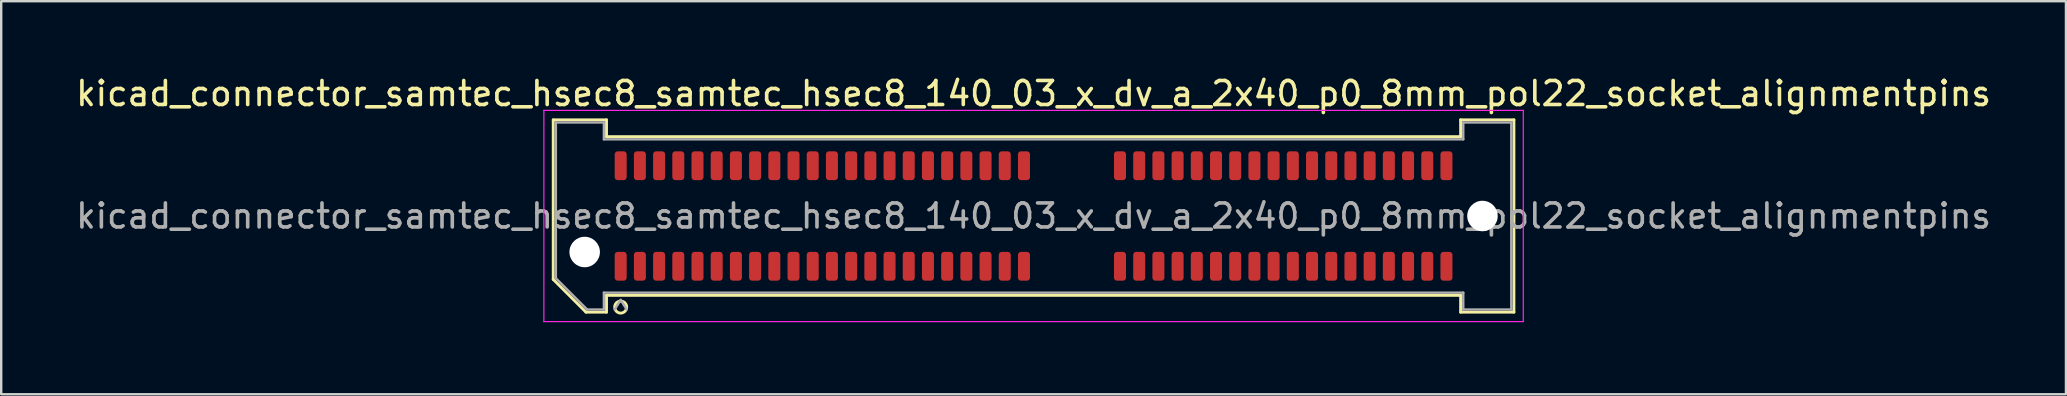
<source format=kicad_pcb>
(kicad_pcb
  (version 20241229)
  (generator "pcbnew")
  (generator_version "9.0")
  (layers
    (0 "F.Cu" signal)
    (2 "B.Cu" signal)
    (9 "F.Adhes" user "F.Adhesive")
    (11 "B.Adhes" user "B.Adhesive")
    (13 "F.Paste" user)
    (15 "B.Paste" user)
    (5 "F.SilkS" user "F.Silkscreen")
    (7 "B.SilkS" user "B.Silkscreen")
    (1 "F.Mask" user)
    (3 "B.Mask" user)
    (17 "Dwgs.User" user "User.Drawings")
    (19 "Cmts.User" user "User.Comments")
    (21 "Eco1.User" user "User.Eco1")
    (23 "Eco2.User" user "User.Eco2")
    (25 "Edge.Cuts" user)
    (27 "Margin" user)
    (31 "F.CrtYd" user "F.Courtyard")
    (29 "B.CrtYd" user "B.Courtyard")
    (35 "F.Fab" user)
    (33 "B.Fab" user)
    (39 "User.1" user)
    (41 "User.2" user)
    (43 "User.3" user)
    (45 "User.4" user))
  (footprint "kicad_connector_samtec_hsec8_samtec_hsec8_140_03_x_dv_a_2x40_p0_8mm_pol22_socket_alignmentpins"
    (layer "F.Cu")
    (at 40.006 5.948)
    (property "Reference" "kicad_connector_samtec_hsec8_samtec_hsec8_140_03_x_dv_a_2x40_p0_8mm_pol22_socket_alignmentpins" (at 0 -5.1 0) (layer "F.SilkS") (effects (font (size 1 1) (thickness 0.15))))
    (attr smd)
    (fp_line (start -20.01 -4.005) (end -17.79 -4.005) (stroke (width 0.12) (type solid)) (layer "F.SilkS"))
    (fp_line (start -20.01 2.641) (end -20.01 -4.005) (stroke (width 0.12) (type solid)) (layer "F.SilkS"))
    (fp_line (start -18.646 4.005) (end -20.01 2.641) (stroke (width 0.12) (type solid)) (layer "F.SilkS"))
    (fp_line (start -17.79 -4.005) (end -17.79 -3.305) (stroke (width 0.12) (type solid)) (layer "F.SilkS"))
    (fp_line (start -17.79 -3.305) (end 17.79 -3.305) (stroke (width 0.12) (type solid)) (layer "F.SilkS"))
    (fp_line (start -17.79 3.305) (end -17.79 4.005) (stroke (width 0.12) (type solid)) (layer "F.SilkS"))
    (fp_line (start -17.79 4.005) (end -18.646 4.005) (stroke (width 0.12) (type solid)) (layer "F.SilkS"))
    (fp_line (start 17.79 -4.005) (end 20.01 -4.005) (stroke (width 0.12) (type solid)) (layer "F.SilkS"))
    (fp_line (start 17.79 -3.305) (end 17.79 -4.005) (stroke (width 0.12) (type solid)) (layer "F.SilkS"))
    (fp_line (start 17.79 3.305) (end -17.79 3.305) (stroke (width 0.12) (type solid)) (layer "F.SilkS"))
    (fp_line (start 17.79 4.005) (end 17.79 3.305) (stroke (width 0.12) (type solid)) (layer "F.SilkS"))
    (fp_line (start 20.01 -4.005) (end 20.01 4.005) (stroke (width 0.12) (type solid)) (layer "F.SilkS"))
    (fp_line (start 20.01 4.005) (end 17.79 4.005) (stroke (width 0.12) (type solid)) (layer "F.SilkS"))
    (fp_arc (start -16.95 3.795) (mid -17.45 3.795) (end -16.95 3.795) (stroke (width 0.12) (type solid)) (layer "F.SilkS"))
    (fp_line (start -20.4 -4.4) (end -20.4 4.4) (stroke (width 0.05) (type solid)) (layer "F.CrtYd"))
    (fp_line (start -20.4 4.4) (end 20.4 4.4) (stroke (width 0.05) (type solid)) (layer "F.CrtYd"))
    (fp_line (start 20.4 -4.4) (end -20.4 -4.4) (stroke (width 0.05) (type solid)) (layer "F.CrtYd"))
    (fp_line (start 20.4 4.4) (end 20.4 -4.4) (stroke (width 0.05) (type solid)) (layer "F.CrtYd"))
    (fp_line (start -19.9 -3.895) (end -17.9 -3.895) (stroke (width 0.1) (type solid)) (layer "F.Fab"))
    (fp_line (start -19.9 2.595) (end -19.9 -3.895) (stroke (width 0.1) (type solid)) (layer "F.Fab"))
    (fp_line (start -18.6 3.895) (end -19.9 2.595) (stroke (width 0.1) (type solid)) (layer "F.Fab"))
    (fp_line (start -17.9 -3.895) (end -17.9 -3.195) (stroke (width 0.1) (type solid)) (layer "F.Fab"))
    (fp_line (start -17.9 -3.195) (end 17.9 -3.195) (stroke (width 0.1) (type solid)) (layer "F.Fab"))
    (fp_line (start -17.9 3.195) (end -17.9 3.895) (stroke (width 0.1) (type solid)) (layer "F.Fab"))
    (fp_line (start -17.9 3.895) (end -18.6 3.895) (stroke (width 0.1) (type solid)) (layer "F.Fab"))
    (fp_line (start -17.2 3.495) (end -17.45 3.895) (stroke (width 0.1) (type solid)) (layer "F.Fab"))
    (fp_line (start -17.2 3.495) (end -16.95 3.895) (stroke (width 0.1) (type solid)) (layer "F.Fab"))
    (fp_line (start 17.9 -3.895) (end 19.9 -3.895) (stroke (width 0.1) (type solid)) (layer "F.Fab"))
    (fp_line (start 17.9 -3.195) (end 17.9 -3.895) (stroke (width 0.1) (type solid)) (layer "F.Fab"))
    (fp_line (start 17.9 3.195) (end -17.9 3.195) (stroke (width 0.1) (type solid)) (layer "F.Fab"))
    (fp_line (start 17.9 3.895) (end 17.9 3.195) (stroke (width 0.1) (type solid)) (layer "F.Fab"))
    (fp_line (start 19.9 -3.895) (end 19.9 3.895) (stroke (width 0.1) (type solid)) (layer "F.Fab"))
    (fp_line (start 19.9 3.895) (end 17.9 3.895) (stroke (width 0.1) (type solid)) (layer "F.Fab"))
    (fp_text user "${REFERENCE}" (at 0 0 0) (layer "F.Fab") (effects (font (size 1 1) (thickness 0.15))))
    (pad "" np_thru_hole circle (at -18.7 1.5) (size 1.27 1.27) (drill 1.27) (layers "*.Cu" "*.Mask"))
    (pad "" np_thru_hole circle (at 18.7 0) (size 1.27 1.27) (drill 1.27) (layers "*.Cu" "*.Mask"))
    (pad "1" smd roundrect (at -17.2 2.095) (size 0.5 1.2) (layers "F.Cu" "F.Mask" "F.Paste") (roundrect_rratio 0.25))
    (pad "2" smd roundrect (at -17.2 -2.095) (size 0.5 1.2) (layers "F.Cu" "F.Mask" "F.Paste") (roundrect_rratio 0.25))
    (pad "3" smd roundrect (at -16.4 2.095) (size 0.5 1.2) (layers "F.Cu" "F.Mask" "F.Paste") (roundrect_rratio 0.25))
    (pad "4" smd roundrect (at -16.4 -2.095) (size 0.5 1.2) (layers "F.Cu" "F.Mask" "F.Paste") (roundrect_rratio 0.25))
    (pad "5" smd roundrect (at -15.6 2.095) (size 0.5 1.2) (layers "F.Cu" "F.Mask" "F.Paste") (roundrect_rratio 0.25))
    (pad "6" smd roundrect (at -15.6 -2.095) (size 0.5 1.2) (layers "F.Cu" "F.Mask" "F.Paste") (roundrect_rratio 0.25))
    (pad "7" smd roundrect (at -14.8 2.095) (size 0.5 1.2) (layers "F.Cu" "F.Mask" "F.Paste") (roundrect_rratio 0.25))
    (pad "8" smd roundrect (at -14.8 -2.095) (size 0.5 1.2) (layers "F.Cu" "F.Mask" "F.Paste") (roundrect_rratio 0.25))
    (pad "9" smd roundrect (at -14 2.095) (size 0.5 1.2) (layers "F.Cu" "F.Mask" "F.Paste") (roundrect_rratio 0.25))
    (pad "10" smd roundrect (at -14 -2.095) (size 0.5 1.2) (layers "F.Cu" "F.Mask" "F.Paste") (roundrect_rratio 0.25))
    (pad "11" smd roundrect (at -13.2 2.095) (size 0.5 1.2) (layers "F.Cu" "F.Mask" "F.Paste") (roundrect_rratio 0.25))
    (pad "12" smd roundrect (at -13.2 -2.095) (size 0.5 1.2) (layers "F.Cu" "F.Mask" "F.Paste") (roundrect_rratio 0.25))
    (pad "13" smd roundrect (at -12.4 2.095) (size 0.5 1.2) (layers "F.Cu" "F.Mask" "F.Paste") (roundrect_rratio 0.25))
    (pad "14" smd roundrect (at -12.4 -2.095) (size 0.5 1.2) (layers "F.Cu" "F.Mask" "F.Paste") (roundrect_rratio 0.25))
    (pad "15" smd roundrect (at -11.6 2.095) (size 0.5 1.2) (layers "F.Cu" "F.Mask" "F.Paste") (roundrect_rratio 0.25))
    (pad "16" smd roundrect (at -11.6 -2.095) (size 0.5 1.2) (layers "F.Cu" "F.Mask" "F.Paste") (roundrect_rratio 0.25))
    (pad "17" smd roundrect (at -10.8 2.095) (size 0.5 1.2) (layers "F.Cu" "F.Mask" "F.Paste") (roundrect_rratio 0.25))
    (pad "18" smd roundrect (at -10.8 -2.095) (size 0.5 1.2) (layers "F.Cu" "F.Mask" "F.Paste") (roundrect_rratio 0.25))
    (pad "19" smd roundrect (at -10 2.095) (size 0.5 1.2) (layers "F.Cu" "F.Mask" "F.Paste") (roundrect_rratio 0.25))
    (pad "20" smd roundrect (at -10 -2.095) (size 0.5 1.2) (layers "F.Cu" "F.Mask" "F.Paste") (roundrect_rratio 0.25))
    (pad "21" smd roundrect (at -9.2 2.095) (size 0.5 1.2) (layers "F.Cu" "F.Mask" "F.Paste") (roundrect_rratio 0.25))
    (pad "22" smd roundrect (at -9.2 -2.095) (size 0.5 1.2) (layers "F.Cu" "F.Mask" "F.Paste") (roundrect_rratio 0.25))
    (pad "23" smd roundrect (at -8.4 2.095) (size 0.5 1.2) (layers "F.Cu" "F.Mask" "F.Paste") (roundrect_rratio 0.25))
    (pad "24" smd roundrect (at -8.4 -2.095) (size 0.5 1.2) (layers "F.Cu" "F.Mask" "F.Paste") (roundrect_rratio 0.25))
    (pad "25" smd roundrect (at -7.6 2.095) (size 0.5 1.2) (layers "F.Cu" "F.Mask" "F.Paste") (roundrect_rratio 0.25))
    (pad "26" smd roundrect (at -7.6 -2.095) (size 0.5 1.2) (layers "F.Cu" "F.Mask" "F.Paste") (roundrect_rratio 0.25))
    (pad "27" smd roundrect (at -6.8 2.095) (size 0.5 1.2) (layers "F.Cu" "F.Mask" "F.Paste") (roundrect_rratio 0.25))
    (pad "28" smd roundrect (at -6.8 -2.095) (size 0.5 1.2) (layers "F.Cu" "F.Mask" "F.Paste") (roundrect_rratio 0.25))
    (pad "29" smd roundrect (at -6 2.095) (size 0.5 1.2) (layers "F.Cu" "F.Mask" "F.Paste") (roundrect_rratio 0.25))
    (pad "30" smd roundrect (at -6 -2.095) (size 0.5 1.2) (layers "F.Cu" "F.Mask" "F.Paste") (roundrect_rratio 0.25))
    (pad "31" smd roundrect (at -5.2 2.095) (size 0.5 1.2) (layers "F.Cu" "F.Mask" "F.Paste") (roundrect_rratio 0.25))
    (pad "32" smd roundrect (at -5.2 -2.095) (size 0.5 1.2) (layers "F.Cu" "F.Mask" "F.Paste") (roundrect_rratio 0.25))
    (pad "33" smd roundrect (at -4.4 2.095) (size 0.5 1.2) (layers "F.Cu" "F.Mask" "F.Paste") (roundrect_rratio 0.25))
    (pad "34" smd roundrect (at -4.4 -2.095) (size 0.5 1.2) (layers "F.Cu" "F.Mask" "F.Paste") (roundrect_rratio 0.25))
    (pad "35" smd roundrect (at -3.6 2.095) (size 0.5 1.2) (layers "F.Cu" "F.Mask" "F.Paste") (roundrect_rratio 0.25))
    (pad "36" smd roundrect (at -3.6 -2.095) (size 0.5 1.2) (layers "F.Cu" "F.Mask" "F.Paste") (roundrect_rratio 0.25))
    (pad "37" smd roundrect (at -2.8 2.095) (size 0.5 1.2) (layers "F.Cu" "F.Mask" "F.Paste") (roundrect_rratio 0.25))
    (pad "38" smd roundrect (at -2.8 -2.095) (size 0.5 1.2) (layers "F.Cu" "F.Mask" "F.Paste") (roundrect_rratio 0.25))
    (pad "39" smd roundrect (at -2 2.095) (size 0.5 1.2) (layers "F.Cu" "F.Mask" "F.Paste") (roundrect_rratio 0.25))
    (pad "40" smd roundrect (at -2 -2.095) (size 0.5 1.2) (layers "F.Cu" "F.Mask" "F.Paste") (roundrect_rratio 0.25))
    (pad "41" smd roundrect (at -1.2 2.095) (size 0.5 1.2) (layers "F.Cu" "F.Mask" "F.Paste") (roundrect_rratio 0.25))
    (pad "42" smd roundrect (at -1.2 -2.095) (size 0.5 1.2) (layers "F.Cu" "F.Mask" "F.Paste") (roundrect_rratio 0.25))
    (pad "43" smd roundrect (at -0.4 2.095) (size 0.5 1.2) (layers "F.Cu" "F.Mask" "F.Paste") (roundrect_rratio 0.25))
    (pad "44" smd roundrect (at -0.4 -2.095) (size 0.5 1.2) (layers "F.Cu" "F.Mask" "F.Paste") (roundrect_rratio 0.25))
    (pad "45" smd roundrect (at 3.6 2.095) (size 0.5 1.2) (layers "F.Cu" "F.Mask" "F.Paste") (roundrect_rratio 0.25))
    (pad "46" smd roundrect (at 3.6 -2.095) (size 0.5 1.2) (layers "F.Cu" "F.Mask" "F.Paste") (roundrect_rratio 0.25))
    (pad "47" smd roundrect (at 4.4 2.095) (size 0.5 1.2) (layers "F.Cu" "F.Mask" "F.Paste") (roundrect_rratio 0.25))
    (pad "48" smd roundrect (at 4.4 -2.095) (size 0.5 1.2) (layers "F.Cu" "F.Mask" "F.Paste") (roundrect_rratio 0.25))
    (pad "49" smd roundrect (at 5.2 2.095) (size 0.5 1.2) (layers "F.Cu" "F.Mask" "F.Paste") (roundrect_rratio 0.25))
    (pad "50" smd roundrect (at 5.2 -2.095) (size 0.5 1.2) (layers "F.Cu" "F.Mask" "F.Paste") (roundrect_rratio 0.25))
    (pad "51" smd roundrect (at 6 2.095) (size 0.5 1.2) (layers "F.Cu" "F.Mask" "F.Paste") (roundrect_rratio 0.25))
    (pad "52" smd roundrect (at 6 -2.095) (size 0.5 1.2) (layers "F.Cu" "F.Mask" "F.Paste") (roundrect_rratio 0.25))
    (pad "53" smd roundrect (at 6.8 2.095) (size 0.5 1.2) (layers "F.Cu" "F.Mask" "F.Paste") (roundrect_rratio 0.25))
    (pad "54" smd roundrect (at 6.8 -2.095) (size 0.5 1.2) (layers "F.Cu" "F.Mask" "F.Paste") (roundrect_rratio 0.25))
    (pad "55" smd roundrect (at 7.6 2.095) (size 0.5 1.2) (layers "F.Cu" "F.Mask" "F.Paste") (roundrect_rratio 0.25))
    (pad "56" smd roundrect (at 7.6 -2.095) (size 0.5 1.2) (layers "F.Cu" "F.Mask" "F.Paste") (roundrect_rratio 0.25))
    (pad "57" smd roundrect (at 8.4 2.095) (size 0.5 1.2) (layers "F.Cu" "F.Mask" "F.Paste") (roundrect_rratio 0.25))
    (pad "58" smd roundrect (at 8.4 -2.095) (size 0.5 1.2) (layers "F.Cu" "F.Mask" "F.Paste") (roundrect_rratio 0.25))
    (pad "59" smd roundrect (at 9.2 2.095) (size 0.5 1.2) (layers "F.Cu" "F.Mask" "F.Paste") (roundrect_rratio 0.25))
    (pad "60" smd roundrect (at 9.2 -2.095) (size 0.5 1.2) (layers "F.Cu" "F.Mask" "F.Paste") (roundrect_rratio 0.25))
    (pad "61" smd roundrect (at 10 2.095) (size 0.5 1.2) (layers "F.Cu" "F.Mask" "F.Paste") (roundrect_rratio 0.25))
    (pad "62" smd roundrect (at 10 -2.095) (size 0.5 1.2) (layers "F.Cu" "F.Mask" "F.Paste") (roundrect_rratio 0.25))
    (pad "63" smd roundrect (at 10.8 2.095) (size 0.5 1.2) (layers "F.Cu" "F.Mask" "F.Paste") (roundrect_rratio 0.25))
    (pad "64" smd roundrect (at 10.8 -2.095) (size 0.5 1.2) (layers "F.Cu" "F.Mask" "F.Paste") (roundrect_rratio 0.25))
    (pad "65" smd roundrect (at 11.6 2.095) (size 0.5 1.2) (layers "F.Cu" "F.Mask" "F.Paste") (roundrect_rratio 0.25))
    (pad "66" smd roundrect (at 11.6 -2.095) (size 0.5 1.2) (layers "F.Cu" "F.Mask" "F.Paste") (roundrect_rratio 0.25))
    (pad "67" smd roundrect (at 12.4 2.095) (size 0.5 1.2) (layers "F.Cu" "F.Mask" "F.Paste") (roundrect_rratio 0.25))
    (pad "68" smd roundrect (at 12.4 -2.095) (size 0.5 1.2) (layers "F.Cu" "F.Mask" "F.Paste") (roundrect_rratio 0.25))
    (pad "69" smd roundrect (at 13.2 2.095) (size 0.5 1.2) (layers "F.Cu" "F.Mask" "F.Paste") (roundrect_rratio 0.25))
    (pad "70" smd roundrect (at 13.2 -2.095) (size 0.5 1.2) (layers "F.Cu" "F.Mask" "F.Paste") (roundrect_rratio 0.25))
    (pad "71" smd roundrect (at 14 2.095) (size 0.5 1.2) (layers "F.Cu" "F.Mask" "F.Paste") (roundrect_rratio 0.25))
    (pad "72" smd roundrect (at 14 -2.095) (size 0.5 1.2) (layers "F.Cu" "F.Mask" "F.Paste") (roundrect_rratio 0.25))
    (pad "73" smd roundrect (at 14.8 2.095) (size 0.5 1.2) (layers "F.Cu" "F.Mask" "F.Paste") (roundrect_rratio 0.25))
    (pad "74" smd roundrect (at 14.8 -2.095) (size 0.5 1.2) (layers "F.Cu" "F.Mask" "F.Paste") (roundrect_rratio 0.25))
    (pad "75" smd roundrect (at 15.6 2.095) (size 0.5 1.2) (layers "F.Cu" "F.Mask" "F.Paste") (roundrect_rratio 0.25))
    (pad "76" smd roundrect (at 15.6 -2.095) (size 0.5 1.2) (layers "F.Cu" "F.Mask" "F.Paste") (roundrect_rratio 0.25))
    (pad "77" smd roundrect (at 16.4 2.095) (size 0.5 1.2) (layers "F.Cu" "F.Mask" "F.Paste") (roundrect_rratio 0.25))
    (pad "78" smd roundrect (at 16.4 -2.095) (size 0.5 1.2) (layers "F.Cu" "F.Mask" "F.Paste") (roundrect_rratio 0.25))
    (pad "79" smd roundrect (at 17.2 2.095) (size 0.5 1.2) (layers "F.Cu" "F.Mask" "F.Paste") (roundrect_rratio 0.25))
    (pad "80" smd roundrect (at 17.2 -2.095) (size 0.5 1.2) (layers "F.Cu" "F.Mask" "F.Paste") (roundrect_rratio 0.25)))
  (gr_rect
    (start -3 -3)
    (end 83.012 13.373)
    (stroke (width 0.1) (type default))
    (fill no)
    (layer "Edge.Cuts")))
</source>
